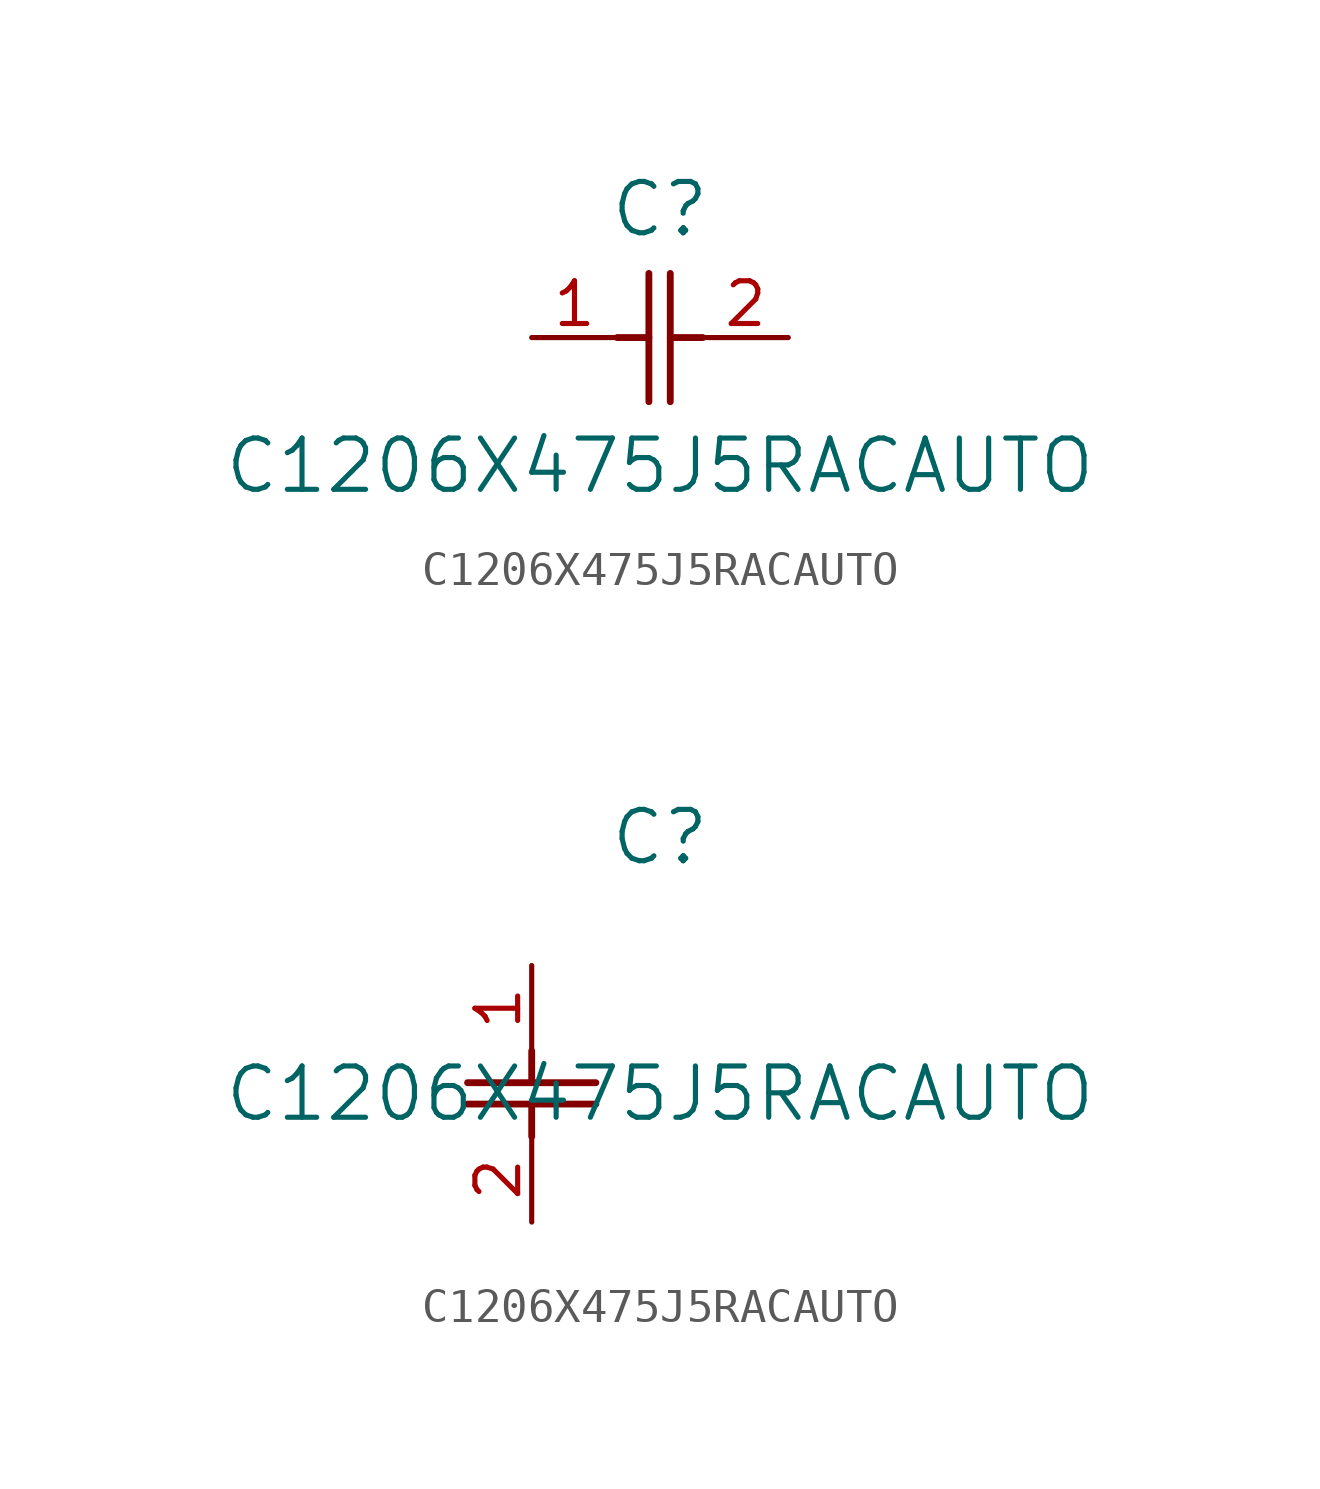
<source format=kicad_sym>
(kicad_symbol_lib
  (version 20211014)
  (generator kicad_symbol_editor)
  (symbol "C1206X475J5RACAUTO"
    (pin_names
      (offset 0.254))
    (property "Reference" "C"
      (at 3.81 3.81 0)
      (effects (font (size 1.524 1.524))))
    (property "Value" "C1206X475J5RACAUTO"
      (at 3.81 -3.81 0)
      (effects (font (size 1.524 1.524))))
    (symbol "C1206X475J5RACAUTO_1_1"
      (polyline (pts (xy 3.48 -1.905) (xy 3.48 1.905)) (stroke (width 0.203) (type default) (color 0 0 0 0)) (fill (type none)))
      (polyline (pts (xy 4.115 -1.905) (xy 4.115 1.905)) (stroke (width 0.203) (type default) (color 0 0 0 0)) (fill (type none)))
      (polyline (pts (xy 4.115 0) (xy 5.08 0)) (stroke (width 0.203) (type default) (color 0 0 0 0)) (fill (type none)))
      (polyline (pts (xy 2.54 0) (xy 3.48 0)) (stroke (width 0.203) (type default) (color 0 0 0 0)) (fill (type none)))
      (pin unspecified line (at 0 0 0) (length 2.54) (name "" (effects (font (size 1.27 1.27)))) (number "1" (effects (font (size 1.27 1.27)))))
      (pin unspecified line (at 7.62 0 180) (length 2.54) (name "" (effects (font (size 1.27 1.27)))) (number "2" (effects (font (size 1.27 1.27))))))
    (symbol "C1206X475J5RACAUTO_1_2"
      (polyline (pts (xy -1.905 -3.48) (xy 1.905 -3.48)) (stroke (width 0.203) (type default) (color 0 0 0 0)) (fill (type none)))
      (polyline (pts (xy -1.905 -4.115) (xy 1.905 -4.115)) (stroke (width 0.203) (type default) (color 0 0 0 0)) (fill (type none)))
      (polyline (pts (xy 0 -4.115) (xy 0 -5.08)) (stroke (width 0.203) (type default) (color 0 0 0 0)) (fill (type none)))
      (polyline (pts (xy 0 -2.54) (xy 0 -3.48)) (stroke (width 0.203) (type default) (color 0 0 0 0)) (fill (type none)))
      (pin unspecified line (at 0 0 270) (length 2.54) (name "" (effects (font (size 1.27 1.27)))) (number "1" (effects (font (size 1.27 1.27)))))
      (pin unspecified line (at 0 -7.62 90) (length 2.54) (name "" (effects (font (size 1.27 1.27)))) (number "2" (effects (font (size 1.27 1.27))))))))
</source>
